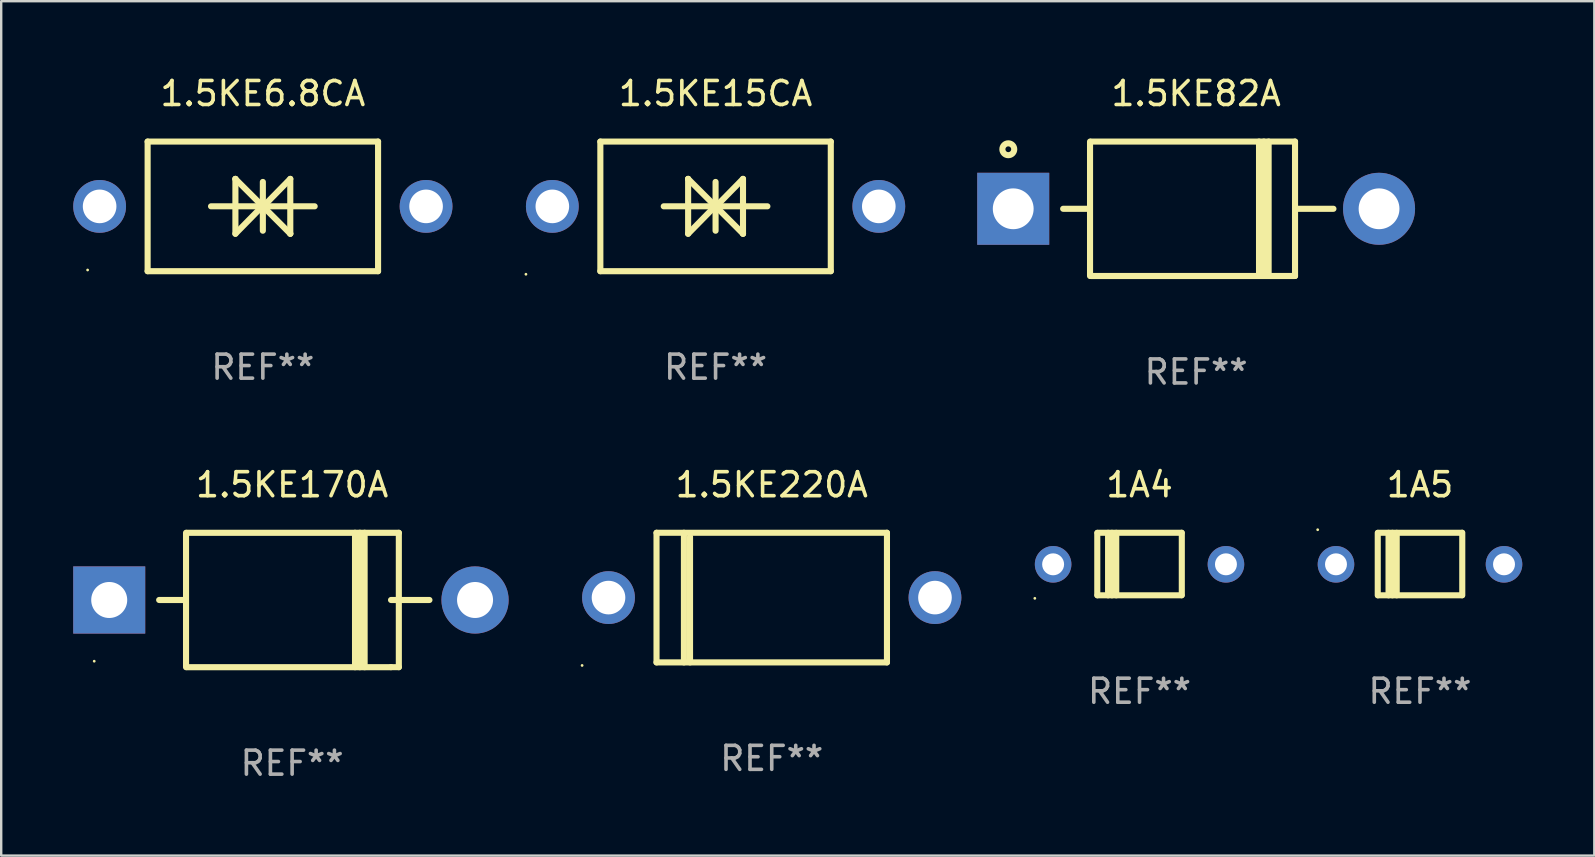
<source format=kicad_pcb>
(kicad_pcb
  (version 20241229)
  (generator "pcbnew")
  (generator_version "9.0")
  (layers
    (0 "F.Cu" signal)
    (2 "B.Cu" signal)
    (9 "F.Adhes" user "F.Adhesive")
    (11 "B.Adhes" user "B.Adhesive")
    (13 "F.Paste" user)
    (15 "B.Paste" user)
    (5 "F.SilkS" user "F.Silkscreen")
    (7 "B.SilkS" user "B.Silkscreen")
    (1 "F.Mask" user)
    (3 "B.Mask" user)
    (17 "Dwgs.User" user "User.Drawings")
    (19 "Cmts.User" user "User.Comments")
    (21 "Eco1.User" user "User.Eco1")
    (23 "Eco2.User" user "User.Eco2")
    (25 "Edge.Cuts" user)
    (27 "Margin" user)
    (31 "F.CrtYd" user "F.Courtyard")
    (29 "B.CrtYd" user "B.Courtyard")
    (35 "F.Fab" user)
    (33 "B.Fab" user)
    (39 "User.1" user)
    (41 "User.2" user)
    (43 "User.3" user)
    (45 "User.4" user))
  (footprint "1.5KE220A"
    (layer "F.Cu")
    (at 29.1 21.845)
    (property "Reference" "1.5KE220A" (at 0 -4.7 0) (layer "F.SilkS") (effects (font (size 1 1) (thickness 0.15))))
    (attr through_hole)
    (fp_line (start -4.8 -2.7) (end 4.8 -2.7) (stroke (width 0.254) (type solid)) (layer "F.SilkS"))
    (fp_line (start -4.8 2.7) (end -4.8 -2.7) (stroke (width 0.254) (type solid)) (layer "F.SilkS"))
    (fp_line (start -3.658 2.7) (end -3.658 -2.7) (stroke (width 0.254) (type solid)) (layer "F.SilkS"))
    (fp_line (start -3.404 2.7) (end -3.404 -2.54) (stroke (width 0.254) (type solid)) (layer "F.SilkS"))
    (fp_line (start 4.8 2.7) (end -4.8 2.7) (stroke (width 0.254) (type solid)) (layer "F.SilkS"))
    (fp_line (start 4.8 2.7) (end 4.8 -2.7) (stroke (width 0.254) (type solid)) (layer "F.SilkS"))
    (fp_circle (center -7.9 2.827) (end -7.87 2.827) (stroke (width 0.06) (type solid)) (fill no) (layer "F.SilkS"))
    (fp_text user "REF**" (at 0 6.7 0) (layer "F.Fab") (effects (font (size 1 1) (thickness 0.15))))
    (pad "1" thru_hole circle (at -6.8 0) (size 2.2 2.2) (drill 1.4) (layers "*.Cu" "*.Mask"))
    (pad "2" thru_hole circle (at 6.8 0) (size 2.2 2.2) (drill 1.4) (layers "*.Cu" "*.Mask")))
  (footprint "1.5KE6.8CA"
    (layer "F.Cu")
    (at 7.9 5.548)
    (property "Reference" "1.5KE6.8CA" (at 0 -4.7 0) (layer "F.SilkS") (effects (font (size 1 1) (thickness 0.15))))
    (attr through_hole)
    (fp_line (start -4.8 -2.7) (end -4.8 2.7) (stroke (width 0.254) (type solid)) (layer "F.SilkS"))
    (fp_line (start -4.8 -2.7) (end 4.8 -2.7) (stroke (width 0.254) (type solid)) (layer "F.SilkS"))
    (fp_line (start -2.159 -0.003) (end 2.159 -0.003) (stroke (width 0.254) (type solid)) (layer "F.SilkS"))
    (fp_line (start -1.143 -1.146) (end -1.143 1.14) (stroke (width 0.254) (type solid)) (layer "F.SilkS"))
    (fp_line (start -1.143 -1.143) (end -1.143 -1.146) (stroke (width 0.254) (type solid)) (layer "F.SilkS"))
    (fp_line (start 0 -1.019) (end 0 1.013) (stroke (width 0.254) (type solid)) (layer "F.SilkS"))
    (fp_line (start 0 -0.026) (end -1.143 1.14) (stroke (width 0.254) (type solid)) (layer "F.SilkS"))
    (fp_line (start 0 -0.006) (end 1.143 1.137) (stroke (width 0.254) (type solid)) (layer "F.SilkS"))
    (fp_line (start 0 0) (end -1.143 -1.143) (stroke (width 0.254) (type solid)) (layer "F.SilkS"))
    (fp_line (start 0 0.02) (end 1.143 -1.146) (stroke (width 0.254) (type solid)) (layer "F.SilkS"))
    (fp_line (start 1.143 1.137) (end 1.143 1.14) (stroke (width 0.254) (type solid)) (layer "F.SilkS"))
    (fp_line (start 1.143 1.14) (end 1.143 -1.146) (stroke (width 0.254) (type solid)) (layer "F.SilkS"))
    (fp_line (start 4.8 -2.7) (end 4.8 2.7) (stroke (width 0.254) (type solid)) (layer "F.SilkS"))
    (fp_line (start 4.8 2.7) (end -4.8 2.7) (stroke (width 0.254) (type solid)) (layer "F.SilkS"))
    (fp_circle (center -7.3 2.65) (end -7.27 2.65) (stroke (width 0.06) (type solid)) (fill no) (layer "F.SilkS"))
    (fp_text user "REF**" (at 0 6.7 0) (layer "F.Fab") (effects (font (size 1 1) (thickness 0.15))))
    (pad "1" thru_hole circle (at -6.8 0) (size 2.2 2.2) (drill 1.4) (layers "*.Cu" "*.Mask"))
    (pad "2" thru_hole circle (at 6.8 0) (size 2.2 2.2) (drill 1.4) (layers "*.Cu" "*.Mask")))
  (footprint "1.5KE15CA"
    (layer "F.Cu")
    (at 26.76 5.548)
    (property "Reference" "1.5KE15CA" (at 0 -4.7 0) (layer "F.SilkS") (effects (font (size 1 1) (thickness 0.15))))
    (attr through_hole)
    (fp_line (start -4.8 -2.7) (end -4.8 2.7) (stroke (width 0.254) (type solid)) (layer "F.SilkS"))
    (fp_line (start -4.8 -2.7) (end 4.8 -2.7) (stroke (width 0.254) (type solid)) (layer "F.SilkS"))
    (fp_line (start -2.159 -0.003) (end 2.159 -0.003) (stroke (width 0.254) (type solid)) (layer "F.SilkS"))
    (fp_line (start -1.143 -1.146) (end -1.143 1.14) (stroke (width 0.254) (type solid)) (layer "F.SilkS"))
    (fp_line (start -1.143 -1.143) (end -1.143 -1.146) (stroke (width 0.254) (type solid)) (layer "F.SilkS"))
    (fp_line (start 0 -1.019) (end 0 1.013) (stroke (width 0.254) (type solid)) (layer "F.SilkS"))
    (fp_line (start 0 -0.026) (end -1.143 1.14) (stroke (width 0.254) (type solid)) (layer "F.SilkS"))
    (fp_line (start 0 -0.006) (end 1.143 1.137) (stroke (width 0.254) (type solid)) (layer "F.SilkS"))
    (fp_line (start 0 0) (end -1.143 -1.143) (stroke (width 0.254) (type solid)) (layer "F.SilkS"))
    (fp_line (start 0 0.02) (end 1.143 -1.146) (stroke (width 0.254) (type solid)) (layer "F.SilkS"))
    (fp_line (start 1.143 1.137) (end 1.143 1.14) (stroke (width 0.254) (type solid)) (layer "F.SilkS"))
    (fp_line (start 1.143 1.14) (end 1.143 -1.146) (stroke (width 0.254) (type solid)) (layer "F.SilkS"))
    (fp_line (start 4.8 -2.7) (end 4.8 2.7) (stroke (width 0.254) (type solid)) (layer "F.SilkS"))
    (fp_line (start 4.8 2.7) (end -4.8 2.7) (stroke (width 0.254) (type solid)) (layer "F.SilkS"))
    (fp_circle (center -7.9 2.827) (end -7.87 2.827) (stroke (width 0.06) (type solid)) (fill no) (layer "F.SilkS"))
    (fp_text user "REF**" (at 0 6.7 0) (layer "F.Fab") (effects (font (size 1 1) (thickness 0.15))))
    (pad "1" thru_hole circle (at -6.8 0) (size 2.2 2.2) (drill 1.4) (layers "*.Cu" "*.Mask"))
    (pad "2" thru_hole circle (at 6.8 0) (size 2.2 2.2) (drill 1.4) (layers "*.Cu" "*.Mask")))
  (footprint "1A5"
    (layer "F.Cu")
    (at 56.106 20.447)
    (property "Reference" "1A5" (at 0 -3.302 0) (layer "F.SilkS") (effects (font (size 1 1) (thickness 0.15))))
    (attr through_hole)
    (fp_line (start -1.76 1.302) (end -1.76 -1.298) (stroke (width 0.254) (type solid)) (layer "F.SilkS"))
    (fp_line (start -1.749 -1.302) (end 1.751 -1.302) (stroke (width 0.254) (type solid)) (layer "F.SilkS"))
    (fp_line (start -1.31 1.302) (end -1.31 -1.299) (stroke (width 0.254) (type solid)) (layer "F.SilkS"))
    (fp_line (start -1.15 1.302) (end -1.15 -1.299) (stroke (width 0.254) (type solid)) (layer "F.SilkS"))
    (fp_line (start -0.97 1.302) (end -0.97 -1.299) (stroke (width 0.254) (type solid)) (layer "F.SilkS"))
    (fp_line (start 1.75 1.302) (end -1.75 1.302) (stroke (width 0.254) (type solid)) (layer "F.SilkS"))
    (fp_line (start 1.761 -1.302) (end 1.761 1.299) (stroke (width 0.254) (type solid)) (layer "F.SilkS"))
    (fp_circle (center -4.262 -1.429) (end -4.232 -1.429) (stroke (width 0.06) (type solid)) (fill no) (layer "F.SilkS"))
    (fp_text user "REF**" (at 0 5.302 0) (layer "F.Fab") (effects (font (size 1 1) (thickness 0.15))))
    (pad "1" thru_hole circle (at -3.5 0.012) (size 1.524 1.524) (drill 0.914) (layers "*.Cu" "*.Mask"))
    (pad "2" thru_hole circle (at 3.5 0.012) (size 1.524 1.524) (drill 0.914) (layers "*.Cu" "*.Mask")))
  (footprint "1A4"
    (layer "F.Cu")
    (at 44.422 20.447)
    (property "Reference" "1A4" (at 0 -3.302 0) (layer "F.SilkS") (effects (font (size 1 1) (thickness 0.15))))
    (attr through_hole)
    (fp_line (start -1.76 1.302) (end -1.76 -1.298) (stroke (width 0.254) (type solid)) (layer "F.SilkS"))
    (fp_line (start -1.749 -1.302) (end 1.751 -1.302) (stroke (width 0.254) (type solid)) (layer "F.SilkS"))
    (fp_line (start -1.31 1.302) (end -1.31 -1.299) (stroke (width 0.254) (type solid)) (layer "F.SilkS"))
    (fp_line (start -1.15 1.302) (end -1.15 -1.299) (stroke (width 0.254) (type solid)) (layer "F.SilkS"))
    (fp_line (start -0.97 1.302) (end -0.97 -1.299) (stroke (width 0.254) (type solid)) (layer "F.SilkS"))
    (fp_line (start 1.75 1.302) (end -1.75 1.302) (stroke (width 0.254) (type solid)) (layer "F.SilkS"))
    (fp_line (start 1.761 -1.302) (end 1.761 1.299) (stroke (width 0.254) (type solid)) (layer "F.SilkS"))
    (fp_circle (center -4.362 1.429) (end -4.332 1.429) (stroke (width 0.06) (type solid)) (fill no) (layer "F.SilkS"))
    (fp_text user "REF**" (at 0 5.302 0) (layer "F.Fab") (effects (font (size 1 1) (thickness 0.15))))
    (pad "1" thru_hole circle (at -3.6 0.012) (size 1.524 1.524) (drill 0.914) (layers "*.Cu" "*.Mask"))
    (pad "2" thru_hole circle (at 3.6 0.012) (size 1.524 1.524) (drill 0.914) (layers "*.Cu" "*.Mask")))
  (footprint "1.5KE82A"
    (layer "F.Cu")
    (at 46.78 5.648)
    (property "Reference" "1.5KE82A" (at 0 -4.8 0) (layer "F.SilkS") (effects (font (size 1 1) (thickness 0.15))))
    (attr through_hole)
    (fp_line (start -5.54 0) (end -4.44 0) (stroke (width 0.254) (type solid)) (layer "F.SilkS"))
    (fp_line (start -4.42 2.8) (end -4.42 -2.8) (stroke (width 0.254) (type solid)) (layer "F.SilkS"))
    (fp_line (start -4.38 -2.8) (end 4.12 -2.8) (stroke (width 0.254) (type solid)) (layer "F.SilkS"))
    (fp_line (start 2.62 -2.8) (end 2.62 2.8) (stroke (width 0.254) (type solid)) (layer "F.SilkS"))
    (fp_line (start 2.82 -2.8) (end 2.82 2.8) (stroke (width 0.254) (type solid)) (layer "F.SilkS"))
    (fp_line (start 3.02 -2.8) (end 3.02 2.8) (stroke (width 0.254) (type solid)) (layer "F.SilkS"))
    (fp_line (start 4.12 -2.8) (end 4.12 2.8) (stroke (width 0.254) (type solid)) (layer "F.SilkS"))
    (fp_line (start 4.12 0) (end 5.72 0) (stroke (width 0.254) (type solid)) (layer "F.SilkS"))
    (fp_line (start 4.12 2.8) (end -4.38 2.8) (stroke (width 0.254) (type solid)) (layer "F.SilkS"))
    (fp_circle (center -7.825 -2.48) (end -7.705 -2.48) (stroke (width 0.254) (type solid)) (fill no) (layer "F.SilkS"))
    (fp_text user "REF**" (at 0 6.8 0) (layer "F.Fab") (effects (font (size 1 1) (thickness 0.15))))
    (pad "1" thru_hole rect (at -7.62 0 180) (size 3 3) (drill 1.7) (layers "*.Cu" "*.Mask"))
    (pad "2" thru_hole circle (at 7.62 0) (size 3 3) (drill 1.7) (layers "*.Cu" "*.Mask")))
  (footprint "1.5KE170A"
    (layer "F.Cu")
    (at 9.12 21.945)
    (property "Reference" "1.5KE170A" (at 0 -4.8 0) (layer "F.SilkS") (effects (font (size 1 1) (thickness 0.15))))
    (attr through_hole)
    (fp_line (start -5.54 0) (end -4.44 0) (stroke (width 0.254) (type solid)) (layer "F.SilkS"))
    (fp_line (start -4.42 2.8) (end -4.42 -2.8) (stroke (width 0.254) (type solid)) (layer "F.SilkS"))
    (fp_line (start -4.379 -2.799) (end 4.445 -2.799) (stroke (width 0.254) (type solid)) (layer "F.SilkS"))
    (fp_line (start 2.62 -2.8) (end 2.62 2.8) (stroke (width 0.254) (type solid)) (layer "F.SilkS"))
    (fp_line (start 2.82 -2.8) (end 2.82 2.8) (stroke (width 0.254) (type solid)) (layer "F.SilkS"))
    (fp_line (start 3.02 -2.8) (end 3.02 2.8) (stroke (width 0.254) (type solid)) (layer "F.SilkS"))
    (fp_line (start 4.12 0) (end 5.72 0) (stroke (width 0.254) (type solid)) (layer "F.SilkS"))
    (fp_line (start 4.12 2.8) (end -4.38 2.8) (stroke (width 0.254) (type solid)) (layer "F.SilkS"))
    (fp_line (start 4.445 -2.799) (end 4.445 2.799) (stroke (width 0.254) (type solid)) (layer "F.SilkS"))
    (fp_line (start 4.445 2.799) (end 4.12 2.799) (stroke (width 0.254) (type solid)) (layer "F.SilkS"))
    (fp_circle (center -8.245 2.55) (end -8.215 2.55) (stroke (width 0.06) (type solid)) (fill no) (layer "F.SilkS"))
    (fp_text user "REF**" (at 0 6.8 0) (layer "F.Fab") (effects (font (size 1 1) (thickness 0.15))))
    (pad "1" thru_hole rect (at -7.62 0 180) (size 3 2.8) (drill 1.5) (layers "*.Cu" "*.Mask"))
    (pad "2" thru_hole circle (at 7.62 0) (size 2.8 2.8) (drill 1.5) (layers "*.Cu" "*.Mask")))
  (gr_rect
    (start -3 -3)
    (end 63.368 32.593)
    (stroke (width 0.1) (type default))
    (fill no)
    (layer "Edge.Cuts")))
</source>
